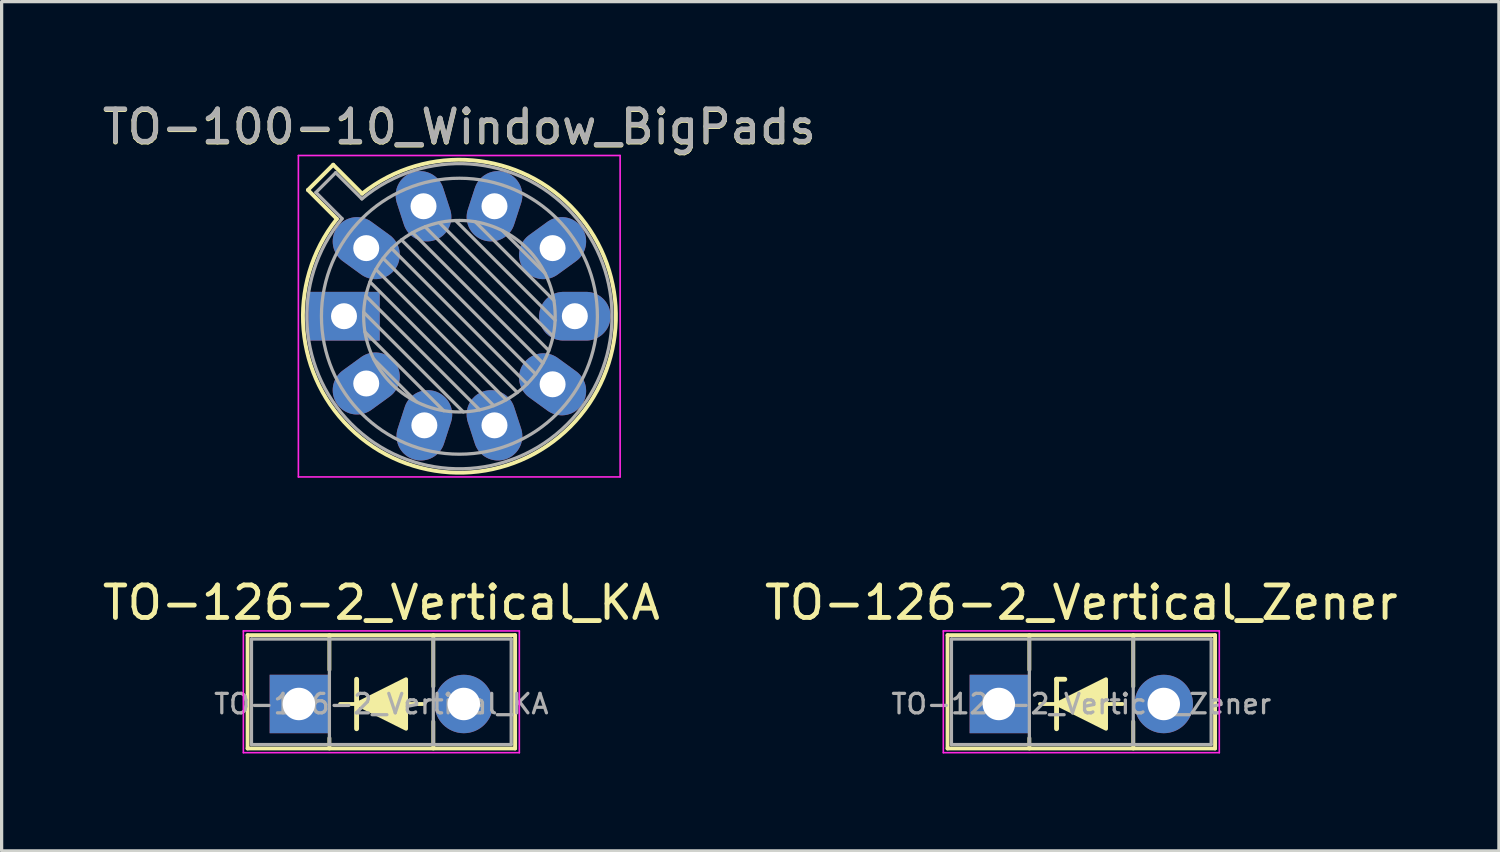
<source format=kicad_pcb>
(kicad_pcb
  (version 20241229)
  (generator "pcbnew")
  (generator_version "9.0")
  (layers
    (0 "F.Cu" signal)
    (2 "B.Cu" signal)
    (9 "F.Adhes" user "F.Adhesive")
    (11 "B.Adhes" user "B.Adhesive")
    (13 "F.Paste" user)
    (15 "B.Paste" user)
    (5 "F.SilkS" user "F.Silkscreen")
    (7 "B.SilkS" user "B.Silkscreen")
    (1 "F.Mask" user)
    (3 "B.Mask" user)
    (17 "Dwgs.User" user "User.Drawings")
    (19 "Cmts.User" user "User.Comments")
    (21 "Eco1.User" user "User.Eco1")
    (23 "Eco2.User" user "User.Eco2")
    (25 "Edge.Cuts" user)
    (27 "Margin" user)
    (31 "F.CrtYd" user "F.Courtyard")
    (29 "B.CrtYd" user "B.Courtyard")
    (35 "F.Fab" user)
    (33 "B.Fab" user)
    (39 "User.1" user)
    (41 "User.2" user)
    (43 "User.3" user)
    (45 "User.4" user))
  (footprint "TO-126-2_Vertical_Zener"
    (layer "F.Cu")
    (at 27.716 18.634)
    (property "Reference" "TO-126-2_Vertical_Zener" (at 2.54 -3.12 0) (layer "F.SilkS") (effects (font (size 1 1) (thickness 0.15))))
    (attr through_hole)
    (fp_line (start -1.58 -2.12) (end -1.58 1.37) (stroke (width 0.12) (type solid)) (layer "F.SilkS"))
    (fp_line (start -1.58 -2.12) (end 6.66 -2.12) (stroke (width 0.12) (type solid)) (layer "F.SilkS"))
    (fp_line (start -1.58 1.37) (end 6.66 1.37) (stroke (width 0.12) (type solid)) (layer "F.SilkS"))
    (fp_line (start 0.94 -2.12) (end 0.94 -1.05) (stroke (width 0.12) (type solid)) (layer "F.SilkS"))
    (fp_line (start 0.94 1.05) (end 0.94 1.37) (stroke (width 0.12) (type solid)) (layer "F.SilkS"))
    (fp_line (start 1.778 -0.762) (end 2.032 -0.762) (stroke (width 0.15) (type default)) (layer "F.SilkS"))
    (fp_line (start 1.778 0.762) (end 1.778 -0.762) (stroke (width 0.15) (type default)) (layer "F.SilkS"))
    (fp_line (start 3.81 0) (end 1.27 0) (stroke (width 0.12) (type default)) (layer "F.SilkS"))
    (fp_line (start 4.141 -2.12) (end 4.141 -0.54) (stroke (width 0.12) (type solid)) (layer "F.SilkS"))
    (fp_line (start 4.141 0.54) (end 4.141 1.37) (stroke (width 0.12) (type solid)) (layer "F.SilkS"))
    (fp_line (start 6.66 -2.12) (end 6.66 1.37) (stroke (width 0.12) (type solid)) (layer "F.SilkS"))
    (fp_poly (pts (xy 1.778 0) (xy 3.302 0.762) (xy 3.302 -0.762)) (stroke (width 0.12) (type solid)) (fill yes) (layer "F.SilkS"))
    (fp_line (start -1.71 -2.25) (end -1.71 1.5) (stroke (width 0.05) (type solid)) (layer "F.CrtYd"))
    (fp_line (start -1.71 1.5) (end 6.79 1.5) (stroke (width 0.05) (type solid)) (layer "F.CrtYd"))
    (fp_line (start 6.79 -2.25) (end -1.71 -2.25) (stroke (width 0.05) (type solid)) (layer "F.CrtYd"))
    (fp_line (start 6.79 1.5) (end 6.79 -2.25) (stroke (width 0.05) (type solid)) (layer "F.CrtYd"))
    (fp_line (start -1.46 -2) (end -1.46 1.25) (stroke (width 0.1) (type solid)) (layer "F.Fab"))
    (fp_line (start -1.46 1.25) (end 6.54 1.25) (stroke (width 0.1) (type solid)) (layer "F.Fab"))
    (fp_line (start 0.94 -2) (end 0.94 1.25) (stroke (width 0.1) (type solid)) (layer "F.Fab"))
    (fp_line (start 4.14 -2) (end 4.14 1.25) (stroke (width 0.1) (type solid)) (layer "F.Fab"))
    (fp_line (start 6.54 -2) (end -1.46 -2) (stroke (width 0.1) (type solid)) (layer "F.Fab"))
    (fp_line (start 6.54 1.25) (end 6.54 -2) (stroke (width 0.1) (type solid)) (layer "F.Fab"))
    (fp_text user "${REFERENCE}" (at 2.54 0 0) (layer "F.Fab") (effects (font (size 0.6 0.6) (thickness 0.1))))
    (pad "1" thru_hole rect (at 0 0) (size 1.8 1.8) (drill 1) (layers "*.Cu" "*.Mask"))
    (pad "2" thru_hole oval (at 5.08 0) (size 1.8 1.8) (drill 1) (layers "*.Cu" "*.Mask")))
  (footprint "TO-126-2_Vertical_KA"
    (layer "F.Cu")
    (at 6.156 18.634)
    (property "Reference" "TO-126-2_Vertical_KA" (at 2.54 -3.12 0) (layer "F.SilkS") (effects (font (size 1 1) (thickness 0.15))))
    (attr through_hole)
    (fp_line (start -1.58 -2.12) (end -1.58 1.37) (stroke (width 0.12) (type solid)) (layer "F.SilkS"))
    (fp_line (start -1.58 -2.12) (end 6.66 -2.12) (stroke (width 0.12) (type solid)) (layer "F.SilkS"))
    (fp_line (start -1.58 1.37) (end 6.66 1.37) (stroke (width 0.12) (type solid)) (layer "F.SilkS"))
    (fp_line (start 0.94 -2.12) (end 0.94 -1.05) (stroke (width 0.12) (type solid)) (layer "F.SilkS"))
    (fp_line (start 0.94 1.05) (end 0.94 1.37) (stroke (width 0.12) (type solid)) (layer "F.SilkS"))
    (fp_line (start 1.778 0.762) (end 1.778 -0.762) (stroke (width 0.15) (type default)) (layer "F.SilkS"))
    (fp_line (start 3.81 0) (end 1.27 0) (stroke (width 0.12) (type default)) (layer "F.SilkS"))
    (fp_line (start 4.141 -2.12) (end 4.141 -0.54) (stroke (width 0.12) (type solid)) (layer "F.SilkS"))
    (fp_line (start 4.141 0.54) (end 4.141 1.37) (stroke (width 0.12) (type solid)) (layer "F.SilkS"))
    (fp_line (start 6.66 -2.12) (end 6.66 1.37) (stroke (width 0.12) (type solid)) (layer "F.SilkS"))
    (fp_poly (pts (xy 1.778 0) (xy 3.302 0.762) (xy 3.302 -0.762)) (stroke (width 0.12) (type solid)) (fill yes) (layer "F.SilkS"))
    (fp_line (start -1.71 -2.25) (end -1.71 1.5) (stroke (width 0.05) (type solid)) (layer "F.CrtYd"))
    (fp_line (start -1.71 1.5) (end 6.79 1.5) (stroke (width 0.05) (type solid)) (layer "F.CrtYd"))
    (fp_line (start 6.79 -2.25) (end -1.71 -2.25) (stroke (width 0.05) (type solid)) (layer "F.CrtYd"))
    (fp_line (start 6.79 1.5) (end 6.79 -2.25) (stroke (width 0.05) (type solid)) (layer "F.CrtYd"))
    (fp_line (start -1.46 -2) (end -1.46 1.25) (stroke (width 0.1) (type solid)) (layer "F.Fab"))
    (fp_line (start -1.46 1.25) (end 6.54 1.25) (stroke (width 0.1) (type solid)) (layer "F.Fab"))
    (fp_line (start 0.94 -2) (end 0.94 1.25) (stroke (width 0.1) (type solid)) (layer "F.Fab"))
    (fp_line (start 4.14 -2) (end 4.14 1.25) (stroke (width 0.1) (type solid)) (layer "F.Fab"))
    (fp_line (start 6.54 -2) (end -1.46 -2) (stroke (width 0.1) (type solid)) (layer "F.Fab"))
    (fp_line (start 6.54 1.25) (end 6.54 -2) (stroke (width 0.1) (type solid)) (layer "F.Fab"))
    (fp_text user "${REFERENCE}" (at 2.54 0 0) (layer "F.Fab") (effects (font (size 0.6 0.6) (thickness 0.1))))
    (pad "1" thru_hole rect (at 0 0) (size 1.8 1.8) (drill 1) (layers "*.Cu" "*.Mask"))
    (pad "2" thru_hole oval (at 5.08 0) (size 1.8 1.8) (drill 1) (layers "*.Cu" "*.Mask")))
  (footprint "TO-100-10_Window_BigPads"
    (layer "F.Cu")
    (at 7.546 6.69)
    (property "Reference" "TO-100-10_Window_BigPads" (at 3.555 -5.82 0) (layer "F.SilkS") (effects (font (size 1 1) (thickness 0.15))))
    (attr through_hole)
    (fp_line (start -1.111 -3.888) (end -0.22 -2.997) (stroke (width 0.12) (type solid)) (layer "F.SilkS"))
    (fp_line (start -0.333 -4.666) (end -1.111 -3.888) (stroke (width 0.12) (type solid)) (layer "F.SilkS"))
    (fp_line (start 0.558 -3.775) (end -0.333 -4.666) (stroke (width 0.12) (type solid)) (layer "F.SilkS"))
    (fp_arc (start 0.557916 -3.774902) (mid 6.963125 3.408384) (end -0.219674 -2.997371) (stroke (width 0.12) (type solid)) (layer "F.SilkS"))
    (fp_line (start -1.405 -4.95) (end -1.405 4.95) (stroke (width 0.05) (type solid)) (layer "F.CrtYd"))
    (fp_line (start -1.405 4.95) (end 8.505 4.95) (stroke (width 0.05) (type solid)) (layer "F.CrtYd"))
    (fp_line (start 8.505 -4.95) (end -1.405 -4.95) (stroke (width 0.05) (type solid)) (layer "F.CrtYd"))
    (fp_line (start 8.505 4.95) (end 8.505 -4.95) (stroke (width 0.05) (type solid)) (layer "F.CrtYd"))
    (fp_line (start -0.865 -3.812) (end -0.059 -3.005) (stroke (width 0.1) (type solid)) (layer "F.Fab"))
    (fp_line (start -0.257 -4.42) (end -0.865 -3.812) (stroke (width 0.1) (type solid)) (layer "F.Fab"))
    (fp_line (start 0.55 -3.614) (end -0.257 -4.42) (stroke (width 0.1) (type solid)) (layer "F.Fab"))
    (fp_line (start 0.607 -0.12) (end 3.675 2.948) (stroke (width 0.1) (type solid)) (layer "F.Fab"))
    (fp_line (start 0.644 0.485) (end 3.07 2.911) (stroke (width 0.1) (type solid)) (layer "F.Fab"))
    (fp_line (start 0.671 -0.622) (end 4.177 2.884) (stroke (width 0.1) (type solid)) (layer "F.Fab"))
    (fp_line (start 0.8 -1.058) (end 4.613 2.755) (stroke (width 0.1) (type solid)) (layer "F.Fab"))
    (fp_line (start 0.918 1.324) (end 2.231 2.637) (stroke (width 0.1) (type solid)) (layer "F.Fab"))
    (fp_line (start 0.981 -1.443) (end 4.998 2.574) (stroke (width 0.1) (type solid)) (layer "F.Fab"))
    (fp_line (start 1.205 -1.784) (end 5.339 2.35) (stroke (width 0.1) (type solid)) (layer "F.Fab"))
    (fp_line (start 1.469 -2.086) (end 5.641 2.086) (stroke (width 0.1) (type solid)) (layer "F.Fab"))
    (fp_line (start 1.771 -2.35) (end 5.905 1.784) (stroke (width 0.1) (type solid)) (layer "F.Fab"))
    (fp_line (start 2.112 -2.574) (end 6.129 1.443) (stroke (width 0.1) (type solid)) (layer "F.Fab"))
    (fp_line (start 2.497 -2.755) (end 6.31 1.058) (stroke (width 0.1) (type solid)) (layer "F.Fab"))
    (fp_line (start 2.933 -2.884) (end 6.439 0.622) (stroke (width 0.1) (type solid)) (layer "F.Fab"))
    (fp_line (start 3.435 -2.948) (end 6.503 0.12) (stroke (width 0.1) (type solid)) (layer "F.Fab"))
    (fp_line (start 4.04 -2.911) (end 6.466 -0.485) (stroke (width 0.1) (type solid)) (layer "F.Fab"))
    (fp_line (start 4.879 -2.637) (end 6.192 -1.324) (stroke (width 0.1) (type solid)) (layer "F.Fab"))
    (fp_arc (start 0.549592 -3.61352) (mid 6.878443 3.323361) (end -0.058594 -3.005319) (stroke (width 0.1) (type solid)) (layer "F.Fab"))
    (fp_circle (center 3.555 0) (end 6.505 0) (stroke (width 0.1) (type solid)) (fill no) (layer "F.Fab"))
    (fp_circle (center 3.555 0) (end 7.805 0) (stroke (width 0.1) (type solid)) (fill no) (layer "F.Fab"))
    (fp_text user "${REFERENCE}" (at 3.555 -5.842 0) (layer "F.Fab") (effects (font (size 1 1) (thickness 0.15))))
    (pad "1" thru_hole rect (at 0 0) (size 2.2 1.5) (drill 0.8) (layers "*.Cu" "*.Mask"))
    (pad "2" thru_hole oval (at 0.685 2.072 36) (size 2.2 1.5) (drill 0.8) (layers "*.Cu" "*.Mask"))
    (pad "3" thru_hole oval (at 2.475 3.361 72) (size 2.2 1.5) (drill 0.8) (layers "*.Cu" "*.Mask"))
    (pad "4" thru_hole oval (at 4.635 3.361 108) (size 2.2 1.5) (drill 0.8) (layers "*.Cu" "*.Mask"))
    (pad "5" thru_hole oval (at 6.425 2.097 144) (size 2.2 1.5) (drill 0.8) (layers "*.Cu" "*.Mask"))
    (pad "6" thru_hole oval (at 7.11 0) (size 2.2 1.5) (drill 0.8) (layers "*.Cu" "*.Mask"))
    (pad "7" thru_hole oval (at 6.425 -2.097 216) (size 2.2 1.5) (drill 0.8) (layers "*.Cu" "*.Mask"))
    (pad "8" thru_hole oval (at 4.635 -3.387 252) (size 2.2 1.5) (drill 0.8) (layers "*.Cu" "*.Mask"))
    (pad "9" thru_hole oval (at 2.449 -3.387 288) (size 2.2 1.5) (drill 0.8) (layers "*.Cu" "*.Mask"))
    (pad "10" thru_hole oval (at 0.685 -2.097 324) (size 2.2 1.5) (drill 0.8) (layers "*.Cu" "*.Mask")))
  (gr_rect
    (start -3 -3)
    (end 43.119 23.159)
    (stroke (width 0.1) (type default))
    (fill no)
    (layer "Edge.Cuts")))
</source>
